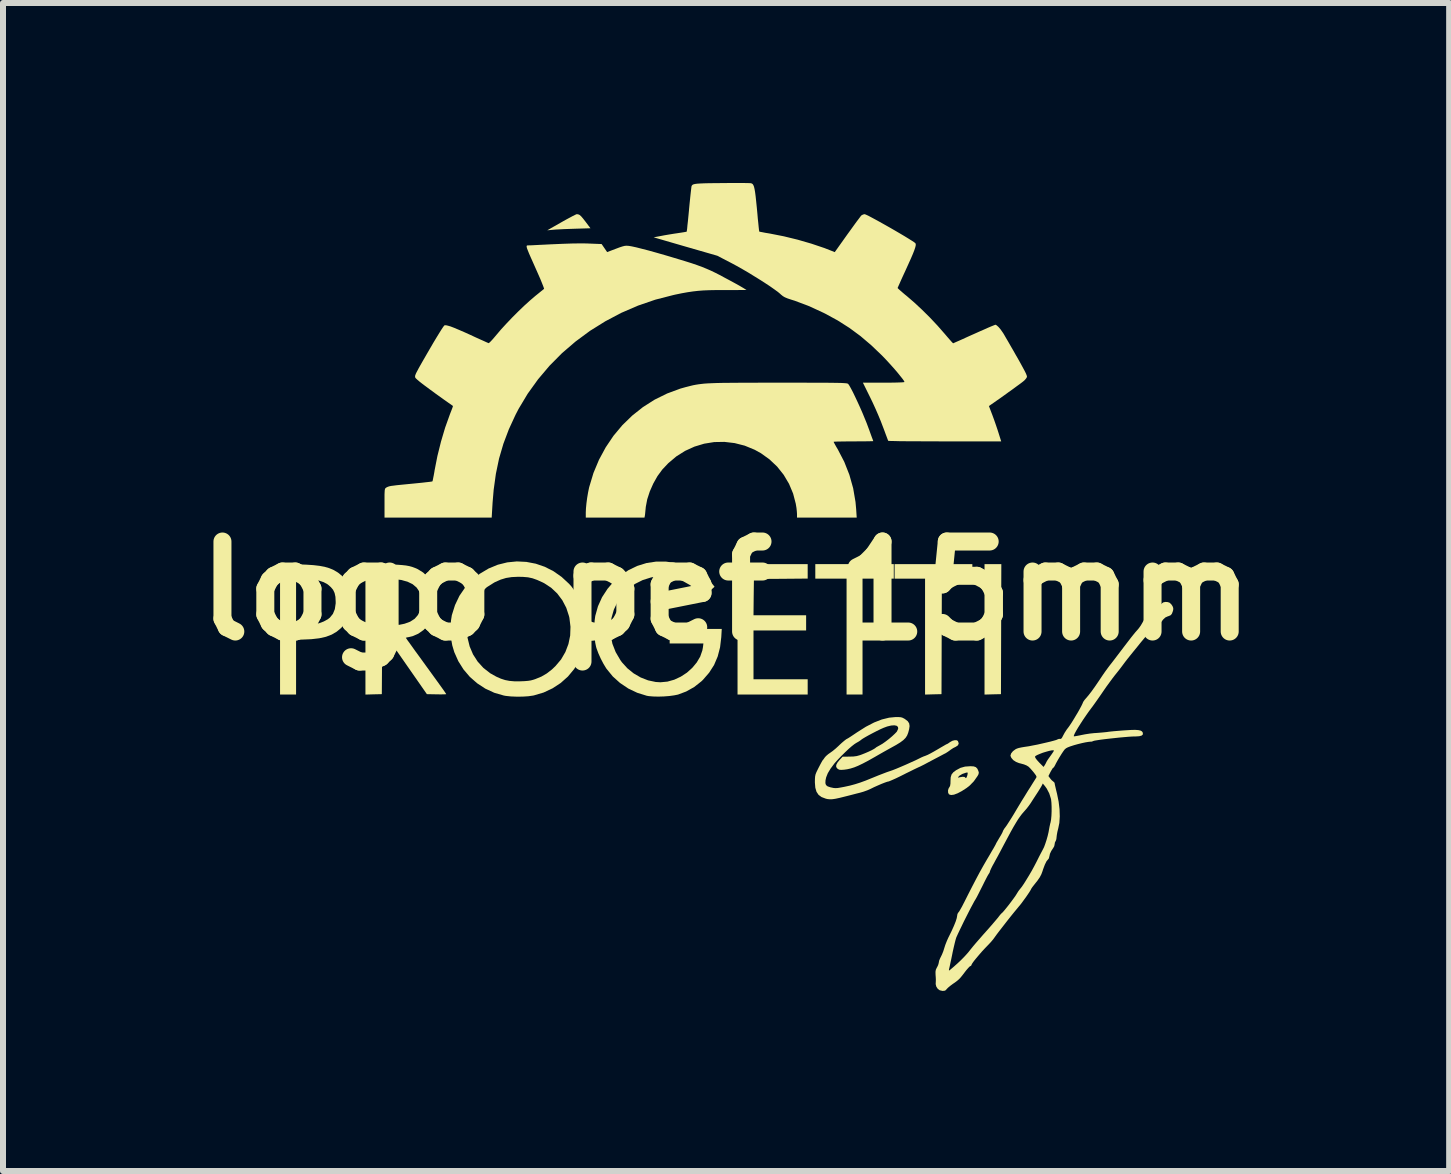
<source format=kicad_pcb>
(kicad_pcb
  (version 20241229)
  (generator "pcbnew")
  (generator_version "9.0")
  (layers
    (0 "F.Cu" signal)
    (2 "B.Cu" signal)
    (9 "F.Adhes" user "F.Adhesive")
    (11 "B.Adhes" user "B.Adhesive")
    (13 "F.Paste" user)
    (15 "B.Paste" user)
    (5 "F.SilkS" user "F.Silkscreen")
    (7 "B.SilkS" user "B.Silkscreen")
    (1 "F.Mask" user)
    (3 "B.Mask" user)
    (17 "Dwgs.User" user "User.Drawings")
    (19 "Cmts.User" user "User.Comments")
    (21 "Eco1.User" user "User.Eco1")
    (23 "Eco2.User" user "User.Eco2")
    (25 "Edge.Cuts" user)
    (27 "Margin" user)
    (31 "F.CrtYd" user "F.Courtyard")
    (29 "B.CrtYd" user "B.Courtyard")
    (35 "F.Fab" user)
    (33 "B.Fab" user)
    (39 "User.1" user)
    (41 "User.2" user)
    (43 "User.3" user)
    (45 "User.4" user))
  (footprint "logo pef 15mm"
    (layer "F.Cu")
    (at 9.05 6.796)
    (property "Reference" "logo pef 15mm" (at 0 0 0) (layer "F.SilkS") (effects (font (size 1.5 1.5) (thickness 0.3))))
    (attr board_only exclude_from_pos_files exclude_from_bom)
    (fp_poly (pts (xy 4.584 0.638) (xy 4.581 1.722) (xy 4.444 1.725) (xy 4.307 1.729) (xy 4.307 0.642) (xy 4.307 -0.445) (xy 4.447 -0.445) (xy 4.587 -0.445)) (stroke (width 0) (type solid)) (fill yes) (layer "F.SilkS"))
    (fp_poly (pts (xy 2.795 -0.324) (xy 2.795 -0.203) (xy 2.535 -0.203) (xy 2.274 -0.203) (xy 2.274 0.762) (xy 2.274 1.728) (xy 2.141 1.728) (xy 2.008 1.728) (xy 2.008 0.762) (xy 2.008 -0.203) (xy 1.747 -0.203) (xy 1.487 -0.203) (xy 1.487 -0.324) (xy 1.487 -0.445) (xy 2.141 -0.445) (xy 2.795 -0.445)) (stroke (width 0) (type solid)) (fill yes) (layer "F.SilkS"))
    (fp_poly (pts (xy 4.104 -0.324) (xy 4.104 -0.203) (xy 3.85 -0.203) (xy 3.596 -0.203) (xy 3.593 0.759) (xy 3.59 1.722) (xy 3.453 1.725) (xy 3.316 1.729) (xy 3.316 0.763) (xy 3.316 -0.203) (xy 3.062 -0.203) (xy 2.808 -0.203) (xy 2.808 -0.324) (xy 2.808 -0.445) (xy 3.456 -0.445) (xy 4.104 -0.445)) (stroke (width 0) (type solid)) (fill yes) (layer "F.SilkS"))
    (fp_poly (pts (xy -2.464 -6.274) (xy -2.441 -6.264) (xy -2.416 -6.242) (xy -2.384 -6.205) (xy -2.342 -6.151) (xy -2.26 -6.042) (xy -2.524 -6.034) (xy -2.611 -6.031) (xy -2.696 -6.028) (xy -2.773 -6.024) (xy -2.837 -6.021) (xy -2.882 -6.017) (xy -2.884 -6.017) (xy -2.98 -6.008) (xy -2.745 -6.142) (xy -2.674 -6.182) (xy -2.609 -6.217) (xy -2.555 -6.246) (xy -2.515 -6.266) (xy -2.492 -6.276) (xy -2.488 -6.277)) (stroke (width 0) (type solid)) (fill yes) (layer "F.SilkS"))
    (fp_poly (pts (xy 1.36 -0.324) (xy 1.36 -0.204) (xy 0.912 -0.2) (xy 0.464 -0.197) (xy 0.46 0.105) (xy 0.457 0.407) (xy 0.896 0.407) (xy 1.334 0.407) (xy 1.334 0.534) (xy 1.334 0.661) (xy 0.896 0.661) (xy 0.457 0.661) (xy 0.457 1.067) (xy 0.457 1.474) (xy 0.909 1.474) (xy 1.36 1.474) (xy 1.36 1.601) (xy 1.36 1.728) (xy 0.775 1.728) (xy 0.191 1.728) (xy 0.191 0.642) (xy 0.191 -0.445) (xy 0.775 -0.445) (xy 1.36 -0.445)) (stroke (width 0) (type solid)) (fill yes) (layer "F.SilkS"))
    (fp_poly (pts (xy 4.127 2.926) (xy 4.163 2.939) (xy 4.188 2.965) (xy 4.205 3.003) (xy 4.212 3.031) (xy 4.206 3.058) (xy 4.191 3.086) (xy 4.129 3.174) (xy 4.059 3.246) (xy 4.008 3.286) (xy 3.929 3.337) (xy 3.859 3.374) (xy 3.798 3.397) (xy 3.75 3.403) (xy 3.717 3.393) (xy 3.713 3.39) (xy 3.7 3.362) (xy 3.699 3.323) (xy 3.711 3.287) (xy 3.72 3.275) (xy 3.733 3.251) (xy 3.739 3.214) (xy 3.74 3.173) (xy 3.743 3.11) (xy 3.864 3.11) (xy 3.871 3.113) (xy 3.894 3.107) (xy 3.942 3.099) (xy 3.975 3.102) (xy 3.988 3.114) (xy 3.997 3.122) (xy 4.008 3.109) (xy 4.019 3.08) (xy 4.023 3.064) (xy 4.027 3.036) (xy 4.021 3.027) (xy 3.998 3.031) (xy 3.995 3.032) (xy 3.937 3.052) (xy 3.89 3.08) (xy 3.875 3.095) (xy 3.864 3.11) (xy 3.743 3.11) (xy 3.743 3.108) (xy 3.758 3.06) (xy 3.789 3.022) (xy 3.834 2.989) (xy 3.907 2.95) (xy 3.983 2.929) (xy 4.071 2.923) (xy 4.074 2.923)) (stroke (width 0) (type solid)) (fill yes) (layer "F.SilkS"))
    (fp_poly (pts (xy -7.138 -0.441) (xy -6.996 -0.436) (xy -6.876 -0.428) (xy -6.775 -0.416) (xy -6.689 -0.4) (xy -6.614 -0.378) (xy -6.548 -0.351) (xy -6.487 -0.316) (xy -6.453 -0.293) (xy -6.381 -0.232) (xy -6.327 -0.161) (xy -6.289 -0.078) (xy -6.265 0.021) (xy -6.255 0.134) (xy -6.255 0.26) (xy -6.271 0.368) (xy -6.302 0.461) (xy -6.35 0.544) (xy -6.413 0.617) (xy -6.488 0.68) (xy -6.571 0.729) (xy -6.668 0.766) (xy -6.78 0.791) (xy -6.911 0.806) (xy -6.979 0.809) (xy -7.166 0.817) (xy -7.166 1.272) (xy -7.166 1.728) (xy -7.3 1.728) (xy -7.433 1.728) (xy -7.433 0.64) (xy -7.433 -0.207) (xy -7.166 -0.207) (xy -7.166 0.182) (xy -7.166 0.572) (xy -7.055 0.572) (xy -6.991 0.57) (xy -6.924 0.566) (xy -6.868 0.559) (xy -6.861 0.558) (xy -6.782 0.54) (xy -6.705 0.511) (xy -6.639 0.475) (xy -6.603 0.447) (xy -6.552 0.384) (xy -6.52 0.305) (xy -6.506 0.209) (xy -6.506 0.181) (xy -6.51 0.1) (xy -6.524 0.036) (xy -6.549 -0.017) (xy -6.586 -0.061) (xy -6.64 -0.108) (xy -6.706 -0.144) (xy -6.785 -0.171) (xy -6.882 -0.189) (xy -7 -0.199) (xy -7.011 -0.199) (xy -7.166 -0.207) (xy -7.433 -0.207) (xy -7.433 -0.448)) (stroke (width 0) (type solid)) (fill yes) (layer "F.SilkS"))
    (fp_poly (pts (xy -5.689 -0.441) (xy -5.572 -0.438) (xy -5.476 -0.435) (xy -5.398 -0.429) (xy -5.334 -0.422) (xy -5.28 -0.412) (xy -5.232 -0.399) (xy -5.186 -0.382) (xy -5.138 -0.361) (xy -5.048 -0.305) (xy -4.97 -0.229) (xy -4.907 -0.138) (xy -4.859 -0.035) (xy -4.83 0.075) (xy -4.821 0.19) (xy -4.828 0.27) (xy -4.855 0.38) (xy -4.902 0.482) (xy -4.965 0.574) (xy -5.042 0.653) (xy -5.13 0.715) (xy -5.225 0.756) (xy -5.283 0.77) (xy -5.316 0.776) (xy -5.335 0.782) (xy -5.337 0.783) (xy -5.329 0.794) (xy -5.309 0.824) (xy -5.276 0.869) (xy -5.233 0.929) (xy -5.181 1.002) (xy -5.121 1.084) (xy -5.055 1.175) (xy -5 1.251) (xy -4.931 1.346) (xy -4.866 1.436) (xy -4.808 1.516) (xy -4.757 1.587) (xy -4.716 1.644) (xy -4.686 1.687) (xy -4.668 1.714) (xy -4.663 1.721) (xy -4.675 1.724) (xy -4.708 1.725) (xy -4.756 1.726) (xy -4.816 1.725) (xy -4.825 1.725) (xy -4.986 1.722) (xy -5.305 1.264) (xy -5.623 0.807) (xy -5.677 0.803) (xy -5.73 0.799) (xy -5.734 1.26) (xy -5.737 1.722) (xy -5.874 1.725) (xy -6.01 1.729) (xy -6.01 0.641) (xy -6.01 -0.207) (xy -5.731 -0.207) (xy -5.731 0.189) (xy -5.731 0.584) (xy -5.649 0.584) (xy -5.593 0.583) (xy -5.527 0.577) (xy -5.469 0.571) (xy -5.357 0.548) (xy -5.266 0.515) (xy -5.194 0.469) (xy -5.188 0.464) (xy -5.136 0.404) (xy -5.099 0.328) (xy -5.077 0.242) (xy -5.074 0.153) (xy -5.082 0.1) (xy -5.11 0.016) (xy -5.157 -0.054) (xy -5.223 -0.11) (xy -5.309 -0.152) (xy -5.415 -0.181) (xy -5.543 -0.197) (xy -5.581 -0.2) (xy -5.731 -0.207) (xy -6.01 -0.207) (xy -6.01 -0.448)) (stroke (width 0) (type solid)) (fill yes) (layer "F.SilkS"))
    (fp_poly (pts (xy -0.836 -0.463) (xy -0.713 -0.429) (xy -0.612 -0.389) (xy -0.51 -0.337) (xy -0.412 -0.276) (xy -0.325 -0.21) (xy -0.254 -0.144) (xy -0.224 -0.109) (xy -0.192 -0.068) (xy -0.288 0.019) (xy -0.384 0.106) (xy -0.428 0.053) (xy -0.505 -0.024) (xy -0.602 -0.096) (xy -0.712 -0.158) (xy -0.826 -0.206) (xy -0.901 -0.225) (xy -0.992 -0.236) (xy -1.089 -0.239) (xy -1.183 -0.234) (xy -1.25 -0.223) (xy -1.39 -0.179) (xy -1.518 -0.115) (xy -1.631 -0.031) (xy -1.729 0.069) (xy -1.809 0.185) (xy -1.87 0.313) (xy -1.91 0.453) (xy -1.927 0.591) (xy -1.923 0.74) (xy -1.894 0.883) (xy -1.84 1.021) (xy -1.762 1.154) (xy -1.735 1.192) (xy -1.645 1.291) (xy -1.54 1.376) (xy -1.423 1.444) (xy -1.3 1.492) (xy -1.173 1.519) (xy -1.093 1.524) (xy -0.977 1.513) (xy -0.863 1.481) (xy -0.754 1.43) (xy -0.653 1.364) (xy -0.564 1.284) (xy -0.489 1.194) (xy -0.431 1.096) (xy -0.395 0.992) (xy -0.385 0.937) (xy -0.378 0.877) (xy -0.659 0.877) (xy -0.94 0.877) (xy -0.94 0.756) (xy -0.94 0.635) (xy -0.506 0.635) (xy -0.072 0.635) (xy -0.08 0.772) (xy -0.1 0.941) (xy -0.14 1.095) (xy -0.2 1.236) (xy -0.282 1.364) (xy -0.385 1.483) (xy -0.411 1.508) (xy -0.531 1.603) (xy -0.665 1.678) (xy -0.801 1.729) (xy -0.865 1.742) (xy -0.945 1.753) (xy -1.035 1.76) (xy -1.126 1.763) (xy -1.212 1.761) (xy -1.285 1.755) (xy -1.321 1.749) (xy -1.481 1.699) (xy -1.63 1.628) (xy -1.767 1.536) (xy -1.888 1.427) (xy -1.991 1.301) (xy -1.998 1.291) (xy -2.043 1.217) (xy -2.088 1.131) (xy -2.128 1.042) (xy -2.159 0.959) (xy -2.166 0.934) (xy -2.181 0.863) (xy -2.19 0.776) (xy -2.195 0.679) (xy -2.195 0.582) (xy -2.19 0.492) (xy -2.18 0.418) (xy -2.135 0.258) (xy -2.067 0.107) (xy -1.975 -0.034) (xy -1.889 -0.135) (xy -1.763 -0.251) (xy -1.627 -0.344) (xy -1.48 -0.415) (xy -1.326 -0.463) (xy -1.166 -0.487) (xy -1.002 -0.487)) (stroke (width 0) (type solid)) (fill yes) (layer "F.SilkS"))
    (fp_poly (pts (xy -3.328 -0.482) (xy -3.171 -0.452) (xy -3.02 -0.4) (xy -2.875 -0.326) (xy -2.74 -0.231) (xy -2.616 -0.116) (xy -2.575 -0.07) (xy -2.513 0.016) (xy -2.454 0.119) (xy -2.402 0.229) (xy -2.363 0.338) (xy -2.351 0.384) (xy -2.336 0.469) (xy -2.327 0.567) (xy -2.324 0.669) (xy -2.327 0.767) (xy -2.337 0.849) (xy -2.338 0.851) (xy -2.381 1.014) (xy -2.446 1.166) (xy -2.532 1.304) (xy -2.635 1.428) (xy -2.756 1.536) (xy -2.892 1.625) (xy -3.041 1.695) (xy -3.203 1.743) (xy -3.219 1.746) (xy -3.296 1.757) (xy -3.389 1.763) (xy -3.489 1.764) (xy -3.586 1.76) (xy -3.671 1.751) (xy -3.704 1.745) (xy -3.863 1.699) (xy -4.012 1.63) (xy -4.148 1.541) (xy -4.27 1.434) (xy -4.375 1.311) (xy -4.462 1.173) (xy -4.529 1.023) (xy -4.563 0.909) (xy -4.58 0.814) (xy -4.589 0.707) (xy -4.59 0.635) (xy -4.32 0.635) (xy -4.308 0.785) (xy -4.273 0.927) (xy -4.217 1.059) (xy -4.14 1.179) (xy -4.044 1.285) (xy -3.93 1.374) (xy -3.83 1.43) (xy -3.753 1.464) (xy -3.682 1.487) (xy -3.61 1.501) (xy -3.529 1.508) (xy -3.431 1.508) (xy -3.356 1.505) (xy -3.299 1.5) (xy -3.253 1.493) (xy -3.209 1.481) (xy -3.179 1.471) (xy -3.077 1.429) (xy -2.988 1.377) (xy -2.904 1.312) (xy -2.844 1.255) (xy -2.75 1.144) (xy -2.678 1.02) (xy -2.627 0.886) (xy -2.598 0.745) (xy -2.593 0.599) (xy -2.611 0.45) (xy -2.618 0.421) (xy -2.663 0.283) (xy -2.729 0.157) (xy -2.814 0.044) (xy -2.915 -0.051) (xy -3.031 -0.127) (xy -3.063 -0.143) (xy -3.15 -0.182) (xy -3.226 -0.209) (xy -3.3 -0.225) (xy -3.381 -0.232) (xy -3.462 -0.234) (xy -3.572 -0.229) (xy -3.667 -0.214) (xy -3.756 -0.187) (xy -3.849 -0.146) (xy -3.864 -0.138) (xy -3.986 -0.061) (xy -4.091 0.034) (xy -4.178 0.145) (xy -4.245 0.269) (xy -4.292 0.405) (xy -4.316 0.551) (xy -4.32 0.635) (xy -4.59 0.635) (xy -4.591 0.597) (xy -4.584 0.493) (xy -4.57 0.404) (xy -4.569 0.402) (xy -4.517 0.237) (xy -4.444 0.084) (xy -4.349 -0.055) (xy -4.236 -0.178) (xy -4.105 -0.284) (xy -3.957 -0.372) (xy -3.804 -0.435) (xy -3.647 -0.474) (xy -3.487 -0.49)) (stroke (width 0) (type solid)) (fill yes) (layer "F.SilkS"))
    (fp_poly (pts (xy 1.242 -3.469) (xy 1.393 -3.468) (xy 1.523 -3.468) (xy 1.634 -3.468) (xy 1.727 -3.467) (xy 1.805 -3.466) (xy 1.868 -3.465) (xy 1.918 -3.464) (xy 1.956 -3.462) (xy 1.985 -3.46) (xy 2.006 -3.458) (xy 2.02 -3.455) (xy 2.029 -3.452) (xy 2.035 -3.448) (xy 2.036 -3.447) (xy 2.055 -3.419) (xy 2.082 -3.371) (xy 2.115 -3.308) (xy 2.152 -3.231) (xy 2.192 -3.146) (xy 2.233 -3.056) (xy 2.273 -2.965) (xy 2.31 -2.875) (xy 2.344 -2.792) (xy 2.358 -2.754) (xy 2.386 -2.679) (xy 2.41 -2.612) (xy 2.43 -2.557) (xy 2.445 -2.518) (xy 2.452 -2.497) (xy 2.452 -2.495) (xy 2.44 -2.494) (xy 2.406 -2.493) (xy 2.353 -2.492) (xy 2.285 -2.491) (xy 2.204 -2.491) (xy 2.122 -2.49) (xy 2.033 -2.49) (xy 1.954 -2.489) (xy 1.886 -2.488) (xy 1.835 -2.487) (xy 1.802 -2.485) (xy 1.792 -2.483) (xy 1.798 -2.47) (xy 1.814 -2.44) (xy 1.838 -2.397) (xy 1.863 -2.355) (xy 1.97 -2.149) (xy 2.055 -1.933) (xy 2.118 -1.709) (xy 2.157 -1.481) (xy 2.168 -1.36) (xy 2.177 -1.22) (xy 1.679 -1.22) (xy 1.182 -1.22) (xy 1.182 -1.282) (xy 1.179 -1.325) (xy 1.173 -1.382) (xy 1.163 -1.441) (xy 1.162 -1.449) (xy 1.117 -1.621) (xy 1.049 -1.783) (xy 0.96 -1.933) (xy 0.851 -2.07) (xy 0.724 -2.19) (xy 0.581 -2.293) (xy 0.476 -2.351) (xy 0.311 -2.419) (xy 0.142 -2.462) (xy -0.028 -2.482) (xy -0.198 -2.479) (xy -0.365 -2.452) (xy -0.527 -2.403) (xy -0.683 -2.332) (xy -0.829 -2.24) (xy -0.964 -2.126) (xy -1.063 -2.021) (xy -1.143 -1.912) (xy -1.213 -1.788) (xy -1.271 -1.657) (xy -1.314 -1.525) (xy -1.338 -1.399) (xy -1.341 -1.367) (xy -1.346 -1.318) (xy -1.35 -1.275) (xy -1.354 -1.248) (xy -1.36 -1.22) (xy -1.849 -1.22) (xy -2.338 -1.22) (xy -2.338 -1.306) (xy -2.335 -1.374) (xy -2.327 -1.458) (xy -2.315 -1.549) (xy -2.3 -1.638) (xy -2.284 -1.716) (xy -2.28 -1.732) (xy -2.21 -1.964) (xy -2.118 -2.184) (xy -2.006 -2.391) (xy -1.876 -2.584) (xy -1.728 -2.761) (xy -1.563 -2.921) (xy -1.384 -3.063) (xy -1.19 -3.186) (xy -0.983 -3.288) (xy -0.765 -3.369) (xy -0.68 -3.393) (xy -0.633 -3.405) (xy -0.59 -3.416) (xy -0.549 -3.426) (xy -0.507 -3.434) (xy -0.464 -3.441) (xy -0.417 -3.447) (xy -0.364 -3.453) (xy -0.304 -3.457) (xy -0.235 -3.46) (xy -0.155 -3.463) (xy -0.062 -3.465) (xy 0.045 -3.466) (xy 0.169 -3.467) (xy 0.31 -3.468) (xy 0.472 -3.468) (xy 0.656 -3.469) (xy 0.863 -3.469) (xy 0.872 -3.469) (xy 1.069 -3.469)) (stroke (width 0) (type solid)) (fill yes) (layer "F.SilkS"))
    (fp_poly (pts (xy -2.324 -5.789) (xy -2.279 -5.787) (xy -2.074 -5.779) (xy -2.028 -5.712) (xy -1.982 -5.645) (xy -1.835 -5.701) (xy -1.771 -5.725) (xy -1.724 -5.74) (xy -1.688 -5.749) (xy -1.658 -5.751) (xy -1.628 -5.749) (xy -1.623 -5.749) (xy -1.571 -5.74) (xy -1.497 -5.724) (xy -1.403 -5.7) (xy -1.29 -5.671) (xy -1.161 -5.635) (xy -1.018 -5.594) (xy -0.94 -5.571) (xy -0.797 -5.528) (xy -0.675 -5.491) (xy -0.57 -5.458) (xy -0.48 -5.427) (xy -0.399 -5.397) (xy -0.325 -5.367) (xy -0.254 -5.336) (xy -0.183 -5.302) (xy -0.108 -5.264) (xy -0.038 -5.226) (xy 0.041 -5.184) (xy 0.115 -5.144) (xy 0.181 -5.108) (xy 0.234 -5.078) (xy 0.271 -5.056) (xy 0.282 -5.05) (xy 0.341 -5.013) (xy -0.03 -5.012) (xy -0.164 -5.012) (xy -0.278 -5.01) (xy -0.377 -5.006) (xy -0.467 -4.999) (xy -0.554 -4.989) (xy -0.642 -4.976) (xy -0.737 -4.959) (xy -0.844 -4.937) (xy -0.883 -4.928) (xy -1.179 -4.852) (xy -1.467 -4.753) (xy -1.745 -4.633) (xy -2.012 -4.492) (xy -2.267 -4.333) (xy -2.508 -4.155) (xy -2.734 -3.961) (xy -2.943 -3.75) (xy -3.134 -3.524) (xy -3.306 -3.285) (xy -3.457 -3.033) (xy -3.509 -2.933) (xy -3.62 -2.692) (xy -3.711 -2.451) (xy -3.783 -2.205) (xy -3.836 -1.951) (xy -3.873 -1.684) (xy -3.891 -1.471) (xy -3.906 -1.22) (xy -4.799 -1.22) (xy -5.692 -1.22) (xy -5.692 -1.461) (xy -5.692 -1.545) (xy -5.692 -1.607) (xy -5.69 -1.651) (xy -5.688 -1.68) (xy -5.683 -1.699) (xy -5.677 -1.71) (xy -5.668 -1.717) (xy -5.664 -1.72) (xy -5.649 -1.728) (xy -5.633 -1.735) (xy -5.611 -1.742) (xy -5.582 -1.748) (xy -5.542 -1.753) (xy -5.488 -1.76) (xy -5.418 -1.767) (xy -5.327 -1.776) (xy -5.234 -1.785) (xy -5.144 -1.794) (xy -5.064 -1.802) (xy -4.995 -1.81) (xy -4.941 -1.816) (xy -4.906 -1.821) (xy -4.894 -1.824) (xy -4.889 -1.838) (xy -4.882 -1.873) (xy -4.872 -1.923) (xy -4.861 -1.984) (xy -4.858 -2.005) (xy -4.811 -2.245) (xy -4.751 -2.486) (xy -4.682 -2.719) (xy -4.604 -2.937) (xy -4.598 -2.953) (xy -4.578 -3.004) (xy -4.562 -3.046) (xy -4.553 -3.073) (xy -4.552 -3.081) (xy -4.704 -3.188) (xy -4.835 -3.282) (xy -4.944 -3.362) (xy -5.033 -3.428) (xy -5.101 -3.48) (xy -5.148 -3.52) (xy -5.174 -3.545) (xy -5.18 -3.554) (xy -5.182 -3.565) (xy -5.183 -3.575) (xy -5.181 -3.588) (xy -5.175 -3.605) (xy -5.165 -3.629) (xy -5.148 -3.661) (xy -5.125 -3.705) (xy -5.093 -3.762) (xy -5.052 -3.834) (xy -5 -3.924) (xy -4.937 -4.033) (xy -4.935 -4.036) (xy -4.877 -4.136) (xy -4.824 -4.224) (xy -4.778 -4.299) (xy -4.741 -4.358) (xy -4.713 -4.4) (xy -4.695 -4.422) (xy -4.691 -4.425) (xy -4.669 -4.426) (xy -4.637 -4.419) (xy -4.592 -4.406) (xy -4.532 -4.383) (xy -4.456 -4.351) (xy -4.361 -4.31) (xy -4.257 -4.263) (xy -4.178 -4.226) (xy -4.105 -4.193) (xy -4.044 -4.166) (xy -3.996 -4.144) (xy -3.966 -4.131) (xy -3.957 -4.127) (xy -3.945 -4.135) (xy -3.919 -4.16) (xy -3.885 -4.197) (xy -3.844 -4.245) (xy -3.824 -4.269) (xy -3.75 -4.356) (xy -3.662 -4.452) (xy -3.565 -4.554) (xy -3.464 -4.655) (xy -3.363 -4.752) (xy -3.268 -4.838) (xy -3.184 -4.91) (xy -3.183 -4.911) (xy -3.132 -4.952) (xy -3.088 -4.988) (xy -3.054 -5.015) (xy -3.036 -5.03) (xy -3.033 -5.032) (xy -3.036 -5.045) (xy -3.048 -5.078) (xy -3.068 -5.129) (xy -3.094 -5.193) (xy -3.127 -5.268) (xy -3.164 -5.352) (xy -3.169 -5.363) (xy -3.216 -5.469) (xy -3.254 -5.554) (xy -3.283 -5.62) (xy -3.303 -5.67) (xy -3.317 -5.706) (xy -3.323 -5.731) (xy -3.324 -5.745) (xy -3.32 -5.753) (xy -3.312 -5.756) (xy -3.306 -5.756) (xy -3.288 -5.757) (xy -3.247 -5.758) (xy -3.187 -5.761) (xy -3.112 -5.765) (xy -3.025 -5.769) (xy -2.929 -5.774) (xy -2.882 -5.776) (xy -2.718 -5.783) (xy -2.568 -5.788) (xy -2.435 -5.79)) (stroke (width 0) (type solid)) (fill yes) (layer "F.SilkS"))
    (fp_poly (pts (xy 2.914 2.107) (xy 2.943 2.116) (xy 2.971 2.131) (xy 2.978 2.135) (xy 3.026 2.171) (xy 3.051 2.209) (xy 3.058 2.254) (xy 3.05 2.309) (xy 3.035 2.365) (xy 3.017 2.411) (xy 2.991 2.451) (xy 2.954 2.488) (xy 2.903 2.526) (xy 2.835 2.568) (xy 2.77 2.604) (xy 2.705 2.64) (xy 2.628 2.683) (xy 2.549 2.728) (xy 2.478 2.769) (xy 2.37 2.83) (xy 2.279 2.878) (xy 2.202 2.915) (xy 2.136 2.942) (xy 2.075 2.961) (xy 2.017 2.974) (xy 1.967 2.981) (xy 1.92 2.984) (xy 1.89 2.982) (xy 1.868 2.972) (xy 1.856 2.964) (xy 1.835 2.936) (xy 1.836 2.901) (xy 1.859 2.858) (xy 1.893 2.817) (xy 1.942 2.764) (xy 2.054 2.763) (xy 2.122 2.761) (xy 2.176 2.754) (xy 2.23 2.739) (xy 2.258 2.729) (xy 2.316 2.706) (xy 2.374 2.681) (xy 2.425 2.657) (xy 2.465 2.635) (xy 2.488 2.62) (xy 2.491 2.617) (xy 2.505 2.606) (xy 2.535 2.589) (xy 2.564 2.573) (xy 2.607 2.548) (xy 2.658 2.512) (xy 2.714 2.469) (xy 2.766 2.425) (xy 2.811 2.383) (xy 2.843 2.35) (xy 2.849 2.34) (xy 2.868 2.299) (xy 2.865 2.269) (xy 2.843 2.249) (xy 2.804 2.241) (xy 2.75 2.245) (xy 2.684 2.261) (xy 2.625 2.283) (xy 2.571 2.307) (xy 2.508 2.338) (xy 2.442 2.372) (xy 2.378 2.406) (xy 2.321 2.438) (xy 2.276 2.465) (xy 2.249 2.484) (xy 2.249 2.485) (xy 2.215 2.509) (xy 2.175 2.532) (xy 2.171 2.534) (xy 2.14 2.554) (xy 2.095 2.589) (xy 2.042 2.635) (xy 1.984 2.69) (xy 1.925 2.748) (xy 1.869 2.806) (xy 1.82 2.86) (xy 1.803 2.88) (xy 1.74 2.965) (xy 1.695 3.04) (xy 1.668 3.108) (xy 1.657 3.158) (xy 1.655 3.205) (xy 1.665 3.236) (xy 1.691 3.258) (xy 1.737 3.274) (xy 1.76 3.279) (xy 1.794 3.286) (xy 1.826 3.288) (xy 1.862 3.286) (xy 1.909 3.278) (xy 1.973 3.266) (xy 2.064 3.246) (xy 2.149 3.223) (xy 2.234 3.196) (xy 2.327 3.162) (xy 2.433 3.119) (xy 2.465 3.106) (xy 2.536 3.077) (xy 2.611 3.048) (xy 2.679 3.022) (xy 2.732 3.004) (xy 2.778 2.988) (xy 2.841 2.963) (xy 2.917 2.931) (xy 2.998 2.896) (xy 3.08 2.859) (xy 3.158 2.824) (xy 3.225 2.791) (xy 3.253 2.777) (xy 3.287 2.762) (xy 3.328 2.747) (xy 3.332 2.745) (xy 3.361 2.733) (xy 3.406 2.71) (xy 3.46 2.68) (xy 3.519 2.646) (xy 3.526 2.642) (xy 3.58 2.61) (xy 3.627 2.583) (xy 3.661 2.563) (xy 3.679 2.554) (xy 3.68 2.554) (xy 3.695 2.547) (xy 3.721 2.529) (xy 3.732 2.521) (xy 3.772 2.499) (xy 3.812 2.489) (xy 3.846 2.491) (xy 3.864 2.504) (xy 3.877 2.542) (xy 3.865 2.574) (xy 3.83 2.598) (xy 3.828 2.599) (xy 3.786 2.62) (xy 3.743 2.648) (xy 3.736 2.654) (xy 3.698 2.681) (xy 3.661 2.705) (xy 3.653 2.709) (xy 3.629 2.721) (xy 3.588 2.743) (xy 3.533 2.772) (xy 3.47 2.805) (xy 3.421 2.831) (xy 3.357 2.865) (xy 3.301 2.895) (xy 3.257 2.917) (xy 3.229 2.931) (xy 3.219 2.935) (xy 3.206 2.941) (xy 3.174 2.956) (xy 3.126 2.979) (xy 3.066 3.009) (xy 2.996 3.043) (xy 2.971 3.056) (xy 2.899 3.092) (xy 2.833 3.124) (xy 2.777 3.149) (xy 2.735 3.167) (xy 2.712 3.176) (xy 2.709 3.177) (xy 2.685 3.182) (xy 2.645 3.196) (xy 2.591 3.217) (xy 2.531 3.243) (xy 2.468 3.271) (xy 2.409 3.3) (xy 2.407 3.301) (xy 2.355 3.324) (xy 2.291 3.347) (xy 2.23 3.365) (xy 2.229 3.365) (xy 2.173 3.379) (xy 2.104 3.397) (xy 2.03 3.416) (xy 1.982 3.428) (xy 1.894 3.45) (xy 1.825 3.465) (xy 1.771 3.473) (xy 1.727 3.474) (xy 1.688 3.47) (xy 1.66 3.463) (xy 1.591 3.437) (xy 1.541 3.4) (xy 1.507 3.349) (xy 1.487 3.281) (xy 1.48 3.193) (xy 1.48 3.183) (xy 1.481 3.131) (xy 1.484 3.092) (xy 1.491 3.059) (xy 1.505 3.023) (xy 1.528 2.976) (xy 1.542 2.948) (xy 1.568 2.898) (xy 1.59 2.857) (xy 1.606 2.829) (xy 1.612 2.821) (xy 1.624 2.807) (xy 1.642 2.781) (xy 1.643 2.779) (xy 1.666 2.753) (xy 1.702 2.722) (xy 1.735 2.699) (xy 1.777 2.669) (xy 1.828 2.627) (xy 1.876 2.583) (xy 1.886 2.573) (xy 1.928 2.534) (xy 1.968 2.5) (xy 1.999 2.476) (xy 2.007 2.471) (xy 2.033 2.457) (xy 2.074 2.431) (xy 2.125 2.397) (xy 2.18 2.36) (xy 2.183 2.358) (xy 2.33 2.265) (xy 2.467 2.194) (xy 2.595 2.144) (xy 2.717 2.114) (xy 2.821 2.104) (xy 2.876 2.104)) (stroke (width 0) (type solid)) (fill yes) (layer "F.SilkS"))
    (fp_poly (pts (xy 0.228 -6.796) (xy 0.303 -6.796) (xy 0.361 -6.795) (xy 0.4 -6.794) (xy 0.415 -6.792) (xy 0.431 -6.787) (xy 0.444 -6.777) (xy 0.455 -6.76) (xy 0.465 -6.735) (xy 0.474 -6.698) (xy 0.483 -6.647) (xy 0.492 -6.58) (xy 0.501 -6.495) (xy 0.512 -6.388) (xy 0.522 -6.283) (xy 0.529 -6.2) (xy 0.537 -6.126) (xy 0.543 -6.064) (xy 0.548 -6.018) (xy 0.552 -5.992) (xy 0.553 -5.987) (xy 0.566 -5.983) (xy 0.6 -5.977) (xy 0.65 -5.967) (xy 0.711 -5.957) (xy 0.739 -5.952) (xy 0.962 -5.908) (xy 1.192 -5.852) (xy 1.42 -5.786) (xy 1.637 -5.713) (xy 1.747 -5.67) (xy 1.811 -5.644) (xy 2.02 -5.938) (xy 2.076 -6.015) (xy 2.127 -6.086) (xy 2.172 -6.148) (xy 2.21 -6.198) (xy 2.237 -6.234) (xy 2.251 -6.253) (xy 2.252 -6.254) (xy 2.282 -6.271) (xy 2.309 -6.277) (xy 2.328 -6.27) (xy 2.366 -6.253) (xy 2.419 -6.225) (xy 2.484 -6.19) (xy 2.559 -6.149) (xy 2.641 -6.103) (xy 2.726 -6.055) (xy 2.811 -6.006) (xy 2.893 -5.958) (xy 2.969 -5.913) (xy 3.036 -5.872) (xy 3.092 -5.837) (xy 3.132 -5.811) (xy 3.154 -5.794) (xy 3.156 -5.791) (xy 3.161 -5.776) (xy 3.16 -5.753) (xy 3.152 -5.721) (xy 3.137 -5.676) (xy 3.114 -5.617) (xy 3.082 -5.542) (xy 3.04 -5.449) (xy 2.988 -5.334) (xy 2.987 -5.332) (xy 2.951 -5.254) (xy 2.919 -5.184) (xy 2.893 -5.125) (xy 2.873 -5.08) (xy 2.861 -5.053) (xy 2.859 -5.046) (xy 2.868 -5.036) (xy 2.894 -5.012) (xy 2.933 -4.978) (xy 2.981 -4.937) (xy 3.012 -4.912) (xy 3.136 -4.805) (xy 3.267 -4.683) (xy 3.399 -4.552) (xy 3.524 -4.419) (xy 3.637 -4.29) (xy 3.639 -4.288) (xy 3.685 -4.234) (xy 3.725 -4.188) (xy 3.757 -4.152) (xy 3.778 -4.13) (xy 3.785 -4.125) (xy 3.798 -4.131) (xy 3.831 -4.146) (xy 3.882 -4.168) (xy 3.947 -4.197) (xy 4.023 -4.232) (xy 4.108 -4.27) (xy 4.133 -4.281) (xy 4.22 -4.32) (xy 4.3 -4.355) (xy 4.369 -4.386) (xy 4.426 -4.41) (xy 4.466 -4.426) (xy 4.487 -4.434) (xy 4.489 -4.435) (xy 4.51 -4.424) (xy 4.54 -4.397) (xy 4.575 -4.356) (xy 4.61 -4.306) (xy 4.622 -4.288) (xy 4.638 -4.261) (xy 4.665 -4.214) (xy 4.701 -4.153) (xy 4.742 -4.081) (xy 4.789 -4) (xy 4.837 -3.915) (xy 4.841 -3.909) (xy 4.897 -3.81) (xy 4.94 -3.731) (xy 4.973 -3.67) (xy 4.996 -3.624) (xy 5.009 -3.592) (xy 5.014 -3.571) (xy 5.014 -3.563) (xy 5 -3.539) (xy 4.973 -3.508) (xy 4.952 -3.49) (xy 4.929 -3.472) (xy 4.889 -3.442) (xy 4.835 -3.403) (xy 4.773 -3.357) (xy 4.704 -3.308) (xy 4.635 -3.258) (xy 4.568 -3.21) (xy 4.506 -3.167) (xy 4.455 -3.131) (xy 4.417 -3.105) (xy 4.41 -3.1) (xy 4.38 -3.08) (xy 4.438 -2.928) (xy 4.466 -2.852) (xy 4.496 -2.766) (xy 4.524 -2.683) (xy 4.54 -2.633) (xy 4.585 -2.49) (xy 3.646 -2.49) (xy 3.494 -2.491) (xy 3.35 -2.491) (xy 3.215 -2.492) (xy 3.091 -2.492) (xy 2.981 -2.493) (xy 2.886 -2.494) (xy 2.809 -2.496) (xy 2.751 -2.497) (xy 2.715 -2.498) (xy 2.702 -2.5) (xy 2.696 -2.514) (xy 2.683 -2.549) (xy 2.664 -2.599) (xy 2.641 -2.662) (xy 2.614 -2.733) (xy 2.612 -2.738) (xy 2.579 -2.825) (xy 2.537 -2.926) (xy 2.491 -3.032) (xy 2.444 -3.135) (xy 2.404 -3.218) (xy 2.28 -3.469) (xy 2.627 -3.469) (xy 2.721 -3.469) (xy 2.805 -3.47) (xy 2.875 -3.472) (xy 2.928 -3.474) (xy 2.962 -3.477) (xy 2.973 -3.48) (xy 2.965 -3.498) (xy 2.942 -3.531) (xy 2.906 -3.576) (xy 2.862 -3.631) (xy 2.81 -3.692) (xy 2.753 -3.756) (xy 2.695 -3.82) (xy 2.638 -3.881) (xy 2.599 -3.921) (xy 2.418 -4.094) (xy 2.239 -4.246) (xy 2.056 -4.381) (xy 1.863 -4.504) (xy 1.656 -4.617) (xy 1.626 -4.632) (xy 1.386 -4.743) (xy 1.148 -4.833) (xy 1.087 -4.852) (xy 1.024 -4.873) (xy 0.979 -4.892) (xy 0.945 -4.912) (xy 0.913 -4.938) (xy 0.903 -4.948) (xy 0.866 -4.979) (xy 0.81 -5.02) (xy 0.739 -5.07) (xy 0.656 -5.125) (xy 0.564 -5.184) (xy 0.467 -5.244) (xy 0.368 -5.305) (xy 0.27 -5.362) (xy 0.176 -5.415) (xy 0.091 -5.461) (xy 0.09 -5.461) (xy -0.146 -5.584) (xy -0.677 -5.737) (xy -1.207 -5.891) (xy -1.089 -5.913) (xy -1.027 -5.925) (xy -0.95 -5.938) (xy -0.87 -5.951) (xy -0.816 -5.959) (xy -0.756 -5.968) (xy -0.706 -5.976) (xy -0.671 -5.982) (xy -0.656 -5.986) (xy -0.656 -5.986) (xy -0.654 -6) (xy -0.649 -6.035) (xy -0.644 -6.09) (xy -0.636 -6.16) (xy -0.628 -6.242) (xy -0.619 -6.334) (xy -0.617 -6.359) (xy -0.608 -6.453) (xy -0.599 -6.54) (xy -0.591 -6.616) (xy -0.584 -6.677) (xy -0.579 -6.72) (xy -0.576 -6.742) (xy -0.575 -6.744) (xy -0.569 -6.756) (xy -0.559 -6.766) (xy -0.543 -6.774) (xy -0.518 -6.78) (xy -0.482 -6.785) (xy -0.433 -6.788) (xy -0.368 -6.791) (xy -0.284 -6.793) (xy -0.18 -6.794) (xy -0.064 -6.795) (xy 0.041 -6.796) (xy 0.14 -6.796)) (stroke (width 0) (type solid)) (fill yes) (layer "F.SilkS"))
    (fp_poly (pts (xy 7.362 0.188) (xy 7.392 0.199) (xy 7.418 0.223) (xy 7.44 0.255) (xy 7.452 0.287) (xy 7.451 0.319) (xy 7.445 0.341) (xy 7.43 0.381) (xy 7.411 0.405) (xy 7.381 0.419) (xy 7.36 0.426) (xy 7.322 0.443) (xy 7.286 0.476) (xy 7.263 0.505) (xy 7.229 0.546) (xy 7.2 0.569) (xy 7.17 0.579) (xy 7.139 0.59) (xy 7.12 0.606) (xy 7.119 0.608) (xy 7.105 0.63) (xy 7.082 0.66) (xy 7.075 0.667) (xy 7.049 0.696) (xy 7.01 0.742) (xy 6.962 0.799) (xy 6.907 0.865) (xy 6.85 0.936) (xy 6.792 1.007) (xy 6.738 1.074) (xy 6.689 1.135) (xy 6.651 1.184) (xy 6.628 1.215) (xy 6.59 1.266) (xy 6.544 1.326) (xy 6.496 1.386) (xy 6.476 1.411) (xy 6.437 1.462) (xy 6.39 1.526) (xy 6.338 1.597) (xy 6.289 1.668) (xy 6.274 1.69) (xy 6.228 1.757) (xy 6.181 1.824) (xy 6.137 1.886) (xy 6.101 1.936) (xy 6.09 1.95) (xy 6.044 2.012) (xy 5.997 2.079) (xy 5.95 2.148) (xy 5.906 2.216) (xy 5.866 2.279) (xy 5.833 2.335) (xy 5.809 2.38) (xy 5.796 2.411) (xy 5.795 2.425) (xy 5.795 2.425) (xy 5.812 2.424) (xy 5.847 2.418) (xy 5.895 2.409) (xy 5.918 2.404) (xy 5.984 2.391) (xy 6.061 2.379) (xy 6.136 2.371) (xy 6.156 2.37) (xy 6.222 2.365) (xy 6.29 2.359) (xy 6.348 2.353) (xy 6.366 2.35) (xy 6.408 2.345) (xy 6.469 2.339) (xy 6.542 2.333) (xy 6.618 2.327) (xy 6.648 2.325) (xy 6.743 2.319) (xy 6.816 2.317) (xy 6.87 2.321) (xy 6.907 2.329) (xy 6.931 2.343) (xy 6.944 2.363) (xy 6.945 2.366) (xy 6.946 2.393) (xy 6.926 2.412) (xy 6.886 2.423) (xy 6.823 2.427) (xy 6.811 2.427) (xy 6.768 2.428) (xy 6.708 2.432) (xy 6.637 2.438) (xy 6.558 2.445) (xy 6.474 2.454) (xy 6.391 2.463) (xy 6.312 2.472) (xy 6.241 2.481) (xy 6.183 2.49) (xy 6.141 2.497) (xy 6.119 2.503) (xy 6.118 2.504) (xy 6.094 2.513) (xy 6.072 2.514) (xy 6.041 2.517) (xy 5.991 2.525) (xy 5.93 2.538) (xy 5.865 2.554) (xy 5.8 2.572) (xy 5.744 2.59) (xy 5.732 2.594) (xy 5.694 2.609) (xy 5.667 2.623) (xy 5.644 2.642) (xy 5.622 2.671) (xy 5.593 2.714) (xy 5.582 2.732) (xy 5.549 2.785) (xy 5.519 2.837) (xy 5.496 2.879) (xy 5.489 2.894) (xy 5.472 2.926) (xy 5.458 2.945) (xy 5.454 2.948) (xy 5.442 2.958) (xy 5.425 2.986) (xy 5.407 3.017) (xy 5.372 3.087) (xy 5.4 3.125) (xy 5.425 3.155) (xy 5.45 3.176) (xy 5.452 3.177) (xy 5.472 3.196) (xy 5.476 3.21) (xy 5.479 3.229) (xy 5.488 3.268) (xy 5.5 3.32) (xy 5.515 3.381) (xy 5.517 3.39) (xy 5.542 3.514) (xy 5.557 3.639) (xy 5.561 3.759) (xy 5.554 3.868) (xy 5.535 3.961) (xy 5.534 3.964) (xy 5.521 4.017) (xy 5.512 4.068) (xy 5.508 4.101) (xy 5.504 4.138) (xy 5.495 4.165) (xy 5.492 4.17) (xy 5.48 4.194) (xy 5.476 4.219) (xy 5.469 4.255) (xy 5.453 4.284) (xy 5.42 4.334) (xy 5.397 4.383) (xy 5.388 4.425) (xy 5.387 4.426) (xy 5.38 4.457) (xy 5.368 4.473) (xy 5.34 4.507) (xy 5.312 4.564) (xy 5.283 4.641) (xy 5.274 4.67) (xy 5.254 4.724) (xy 5.227 4.775) (xy 5.189 4.83) (xy 5.165 4.86) (xy 5.131 4.903) (xy 5.103 4.939) (xy 5.087 4.963) (xy 5.083 4.971) (xy 5.075 4.987) (xy 5.056 5.018) (xy 5.028 5.06) (xy 4.995 5.108) (xy 4.959 5.157) (xy 4.925 5.204) (xy 4.895 5.242) (xy 4.885 5.253) (xy 4.85 5.296) (xy 4.805 5.35) (xy 4.754 5.413) (xy 4.7 5.481) (xy 4.646 5.55) (xy 4.595 5.616) (xy 4.549 5.675) (xy 4.511 5.725) (xy 4.485 5.761) (xy 4.475 5.775) (xy 4.451 5.808) (xy 4.415 5.851) (xy 4.374 5.895) (xy 4.366 5.903) (xy 4.315 5.956) (xy 4.263 6.012) (xy 4.214 6.069) (xy 4.169 6.122) (xy 4.131 6.169) (xy 4.105 6.205) (xy 4.092 6.228) (xy 4.091 6.231) (xy 4.083 6.249) (xy 4.074 6.252) (xy 4.059 6.261) (xy 4.034 6.287) (xy 4.003 6.323) (xy 3.992 6.337) (xy 3.947 6.396) (xy 3.912 6.44) (xy 3.881 6.473) (xy 3.85 6.5) (xy 3.814 6.527) (xy 3.78 6.55) (xy 3.737 6.582) (xy 3.701 6.612) (xy 3.678 6.635) (xy 3.675 6.64) (xy 3.65 6.663) (xy 3.609 6.668) (xy 3.561 6.657) (xy 3.528 6.633) (xy 3.503 6.595) (xy 3.493 6.554) (xy 3.493 6.55) (xy 3.495 6.511) (xy 3.496 6.478) (xy 3.494 6.438) (xy 3.491 6.398) (xy 3.49 6.349) (xy 3.494 6.324) (xy 3.714 6.324) (xy 3.717 6.328) (xy 3.729 6.32) (xy 3.756 6.297) (xy 3.795 6.264) (xy 3.842 6.222) (xy 3.861 6.205) (xy 3.916 6.153) (xy 3.969 6.099) (xy 4.015 6.049) (xy 4.049 6.009) (xy 4.052 6.004) (xy 4.078 5.972) (xy 4.116 5.925) (xy 4.165 5.867) (xy 4.222 5.802) (xy 4.281 5.734) (xy 4.307 5.705) (xy 4.366 5.639) (xy 4.421 5.576) (xy 4.469 5.52) (xy 4.508 5.474) (xy 4.535 5.442) (xy 4.542 5.432) (xy 4.567 5.4) (xy 4.588 5.377) (xy 4.595 5.371) (xy 4.611 5.356) (xy 4.638 5.325) (xy 4.673 5.282) (xy 4.712 5.233) (xy 4.752 5.18) (xy 4.789 5.13) (xy 4.82 5.087) (xy 4.841 5.054) (xy 4.847 5.044) (xy 4.872 5.004) (xy 4.902 4.965) (xy 4.905 4.962) (xy 4.93 4.93) (xy 4.964 4.88) (xy 5.004 4.816) (xy 5.048 4.744) (xy 5.093 4.667) (xy 5.135 4.59) (xy 5.173 4.517) (xy 5.189 4.485) (xy 5.218 4.427) (xy 5.246 4.373) (xy 5.269 4.33) (xy 5.281 4.307) (xy 5.299 4.271) (xy 5.319 4.217) (xy 5.34 4.153) (xy 5.359 4.086) (xy 5.374 4.022) (xy 5.382 3.977) (xy 5.391 3.928) (xy 5.403 3.874) (xy 5.408 3.857) (xy 5.416 3.812) (xy 5.422 3.749) (xy 5.425 3.676) (xy 5.425 3.6) (xy 5.422 3.531) (xy 5.416 3.475) (xy 5.412 3.459) (xy 5.385 3.375) (xy 5.344 3.296) (xy 5.313 3.253) (xy 5.278 3.211) (xy 5.26 3.248) (xy 5.245 3.274) (xy 5.22 3.315) (xy 5.189 3.364) (xy 5.17 3.393) (xy 5.136 3.445) (xy 5.103 3.496) (xy 5.077 3.537) (xy 5.067 3.551) (xy 5.043 3.585) (xy 5.009 3.629) (xy 4.969 3.675) (xy 4.959 3.686) (xy 4.929 3.721) (xy 4.899 3.761) (xy 4.866 3.808) (xy 4.831 3.865) (xy 4.79 3.934) (xy 4.743 4.018) (xy 4.689 4.119) (xy 4.625 4.239) (xy 4.599 4.288) (xy 4.566 4.351) (xy 4.527 4.424) (xy 4.487 4.496) (xy 4.468 4.532) (xy 4.439 4.584) (xy 4.416 4.63) (xy 4.401 4.664) (xy 4.396 4.68) (xy 4.389 4.702) (xy 4.384 4.707) (xy 4.375 4.721) (xy 4.356 4.753) (xy 4.331 4.801) (xy 4.301 4.86) (xy 4.274 4.915) (xy 4.24 4.982) (xy 4.209 5.044) (xy 4.183 5.095) (xy 4.163 5.131) (xy 4.154 5.146) (xy 4.137 5.174) (xy 4.112 5.221) (xy 4.079 5.282) (xy 4.042 5.354) (xy 4.003 5.431) (xy 3.963 5.51) (xy 3.926 5.587) (xy 3.892 5.657) (xy 3.864 5.716) (xy 3.844 5.76) (xy 3.835 5.781) (xy 3.824 5.818) (xy 3.81 5.873) (xy 3.794 5.941) (xy 3.777 6.017) (xy 3.767 6.067) (xy 3.752 6.14) (xy 3.738 6.204) (xy 3.727 6.257) (xy 3.719 6.292) (xy 3.715 6.306) (xy 3.714 6.324) (xy 3.494 6.324) (xy 3.496 6.314) (xy 3.511 6.281) (xy 3.516 6.274) (xy 3.534 6.236) (xy 3.544 6.201) (xy 3.545 6.193) (xy 3.551 6.162) (xy 3.568 6.122) (xy 3.578 6.102) (xy 3.598 6.061) (xy 3.62 6.006) (xy 3.636 5.955) (xy 3.654 5.899) (xy 3.68 5.833) (xy 3.708 5.771) (xy 3.713 5.762) (xy 3.76 5.666) (xy 3.798 5.581) (xy 3.827 5.509) (xy 3.844 5.454) (xy 3.85 5.42) (xy 3.856 5.385) (xy 3.871 5.36) (xy 3.885 5.343) (xy 3.906 5.307) (xy 3.933 5.259) (xy 3.962 5.202) (xy 3.965 5.197) (xy 4.04 5.048) (xy 4.107 4.917) (xy 4.168 4.8) (xy 4.226 4.691) (xy 4.284 4.587) (xy 4.344 4.483) (xy 4.392 4.402) (xy 4.427 4.341) (xy 4.458 4.289) (xy 4.481 4.248) (xy 4.495 4.222) (xy 4.498 4.215) (xy 4.504 4.202) (xy 4.521 4.173) (xy 4.545 4.132) (xy 4.555 4.115) (xy 4.581 4.072) (xy 4.601 4.035) (xy 4.612 4.012) (xy 4.612 4.008) (xy 4.62 3.991) (xy 4.638 3.961) (xy 4.656 3.938) (xy 4.678 3.907) (xy 4.709 3.859) (xy 4.746 3.801) (xy 4.785 3.738) (xy 4.799 3.715) (xy 4.835 3.654) (xy 4.869 3.597) (xy 4.897 3.551) (xy 4.916 3.519) (xy 4.92 3.512) (xy 4.938 3.483) (xy 4.965 3.44) (xy 4.998 3.386) (xy 5.035 3.326) (xy 5.073 3.267) (xy 5.107 3.212) (xy 5.136 3.166) (xy 5.156 3.134) (xy 5.161 3.126) (xy 5.171 3.11) (xy 5.173 3.096) (xy 5.165 3.078) (xy 5.146 3.051) (xy 5.114 3.01) (xy 5.109 3.005) (xy 5.072 2.962) (xy 5.041 2.931) (xy 5.007 2.91) (xy 4.965 2.893) (xy 4.907 2.877) (xy 4.882 2.871) (xy 4.832 2.851) (xy 4.787 2.822) (xy 4.755 2.786) (xy 4.745 2.763) (xy 5.148 2.763) (xy 5.155 2.785) (xy 5.18 2.819) (xy 5.217 2.86) (xy 5.291 2.935) (xy 5.314 2.9) (xy 5.329 2.873) (xy 5.337 2.856) (xy 5.337 2.856) (xy 5.344 2.842) (xy 5.362 2.813) (xy 5.389 2.775) (xy 5.4 2.76) (xy 5.429 2.719) (xy 5.451 2.686) (xy 5.463 2.666) (xy 5.464 2.663) (xy 5.453 2.657) (xy 5.424 2.659) (xy 5.382 2.668) (xy 5.332 2.682) (xy 5.279 2.698) (xy 5.23 2.717) (xy 5.188 2.735) (xy 5.159 2.751) (xy 5.148 2.763) (xy 4.745 2.763) (xy 4.74 2.751) (xy 4.739 2.746) (xy 4.751 2.709) (xy 4.781 2.672) (xy 4.824 2.64) (xy 4.847 2.629) (xy 4.878 2.619) (xy 4.925 2.609) (xy 4.979 2.6) (xy 4.994 2.598) (xy 5.047 2.59) (xy 5.113 2.577) (xy 5.186 2.563) (xy 5.261 2.546) (xy 5.335 2.529) (xy 5.403 2.513) (xy 5.459 2.498) (xy 5.501 2.486) (xy 5.522 2.477) (xy 5.523 2.476) (xy 5.549 2.467) (xy 5.564 2.468) (xy 5.581 2.467) (xy 5.597 2.45) (xy 5.616 2.414) (xy 5.618 2.41) (xy 5.643 2.364) (xy 5.676 2.313) (xy 5.705 2.275) (xy 5.727 2.244) (xy 5.757 2.199) (xy 5.791 2.144) (xy 5.827 2.084) (xy 5.863 2.024) (xy 5.895 1.967) (xy 5.921 1.918) (xy 5.939 1.881) (xy 5.947 1.862) (xy 5.947 1.861) (xy 5.955 1.845) (xy 5.975 1.817) (xy 5.994 1.795) (xy 6.04 1.741) (xy 6.092 1.674) (xy 6.151 1.591) (xy 6.22 1.49) (xy 6.239 1.461) (xy 6.28 1.4) (xy 6.324 1.337) (xy 6.365 1.281) (xy 6.392 1.245) (xy 6.426 1.202) (xy 6.469 1.146) (xy 6.516 1.084) (xy 6.561 1.025) (xy 6.637 0.925) (xy 6.699 0.844) (xy 6.749 0.779) (xy 6.789 0.729) (xy 6.82 0.691) (xy 6.843 0.665) (xy 6.851 0.656) (xy 6.879 0.623) (xy 6.909 0.581) (xy 6.921 0.561) (xy 6.953 0.506) (xy 6.985 0.454) (xy 7.014 0.412) (xy 7.035 0.385) (xy 7.035 0.384) (xy 7.052 0.358) (xy 7.058 0.344) (xy 7.073 0.327) (xy 7.106 0.304) (xy 7.151 0.279) (xy 7.16 0.275) (xy 7.205 0.251) (xy 7.242 0.228) (xy 7.263 0.212) (xy 7.265 0.208) (xy 7.287 0.192) (xy 7.323 0.185)) (stroke (width 0) (type solid)) (fill yes) (layer "F.SilkS")))
  (gr_rect
    (start -3 -3)
    (end 21.1 16.465)
    (stroke (width 0.1) (type default))
    (fill no)
    (layer "Edge.Cuts")))
</source>
